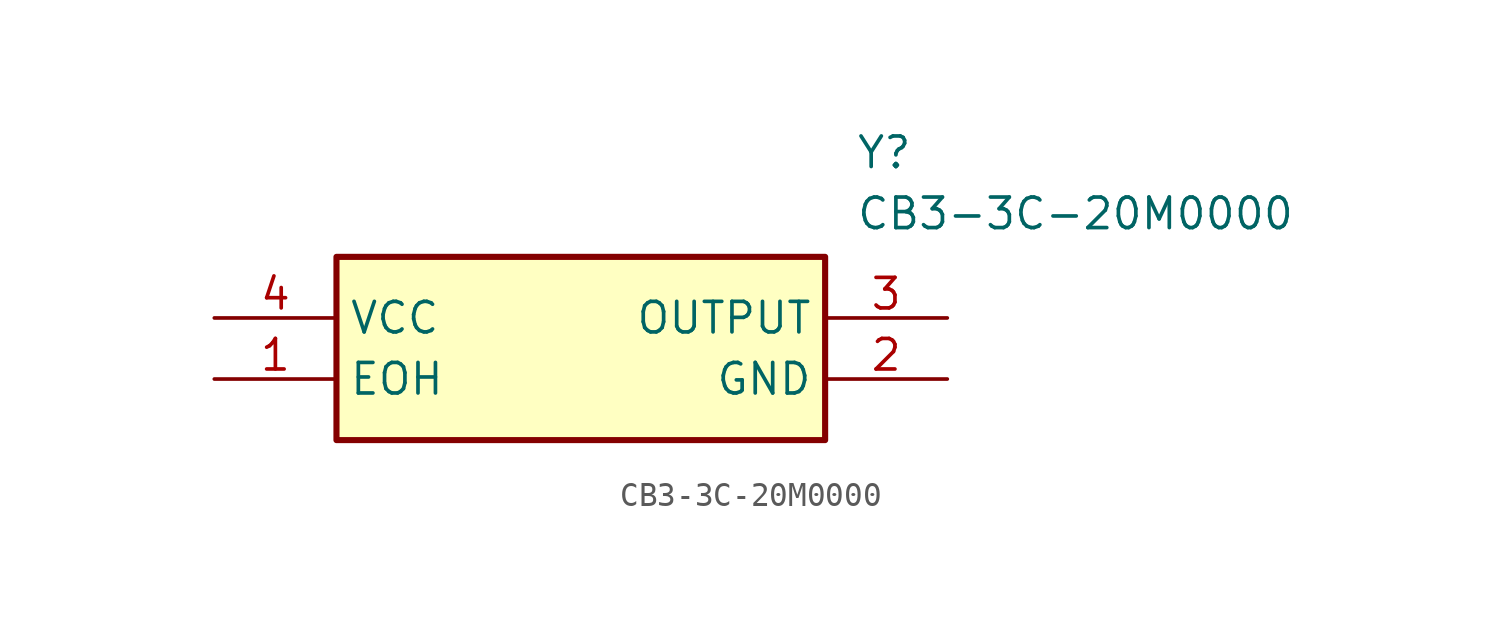
<source format=kicad_sym>
(kicad_symbol_lib
  (version 20211014)
  (generator SamacSys_ECAD_Model)
  (symbol "CB3-3C-20M0000"
    (property "Reference" "Y"
      (at 26.67 7.62 0)
      (effects (font (size 1.27 1.27)) (justify left top)))
    (property "Value" "CB3-3C-20M0000"
      (at 26.67 5.08 0)
      (effects (font (size 1.27 1.27)) (justify left top)))
    (rectangle
      (start 5.08 2.54)
      (end 25.4 -5.08)
      (stroke (width 0.254) (type default))
      (fill (type background)))
    (pin passive line
      (at 0 -2.54 0)
      (length 5.08)
      (name "EOH" (effects (font (size 1.27 1.27))))
      (number "1" (effects (font (size 1.27 1.27)))))
    (pin passive line
      (at 30.48 -2.54 180)
      (length 5.08)
      (name "GND" (effects (font (size 1.27 1.27))))
      (number "2" (effects (font (size 1.27 1.27)))))
    (pin passive line
      (at 30.48 0 180)
      (length 5.08)
      (name "OUTPUT" (effects (font (size 1.27 1.27))))
      (number "3" (effects (font (size 1.27 1.27)))))
    (pin passive line
      (at 0 0 0)
      (length 5.08)
      (name "VCC" (effects (font (size 1.27 1.27))))
      (number "4" (effects (font (size 1.27 1.27)))))))
</source>
